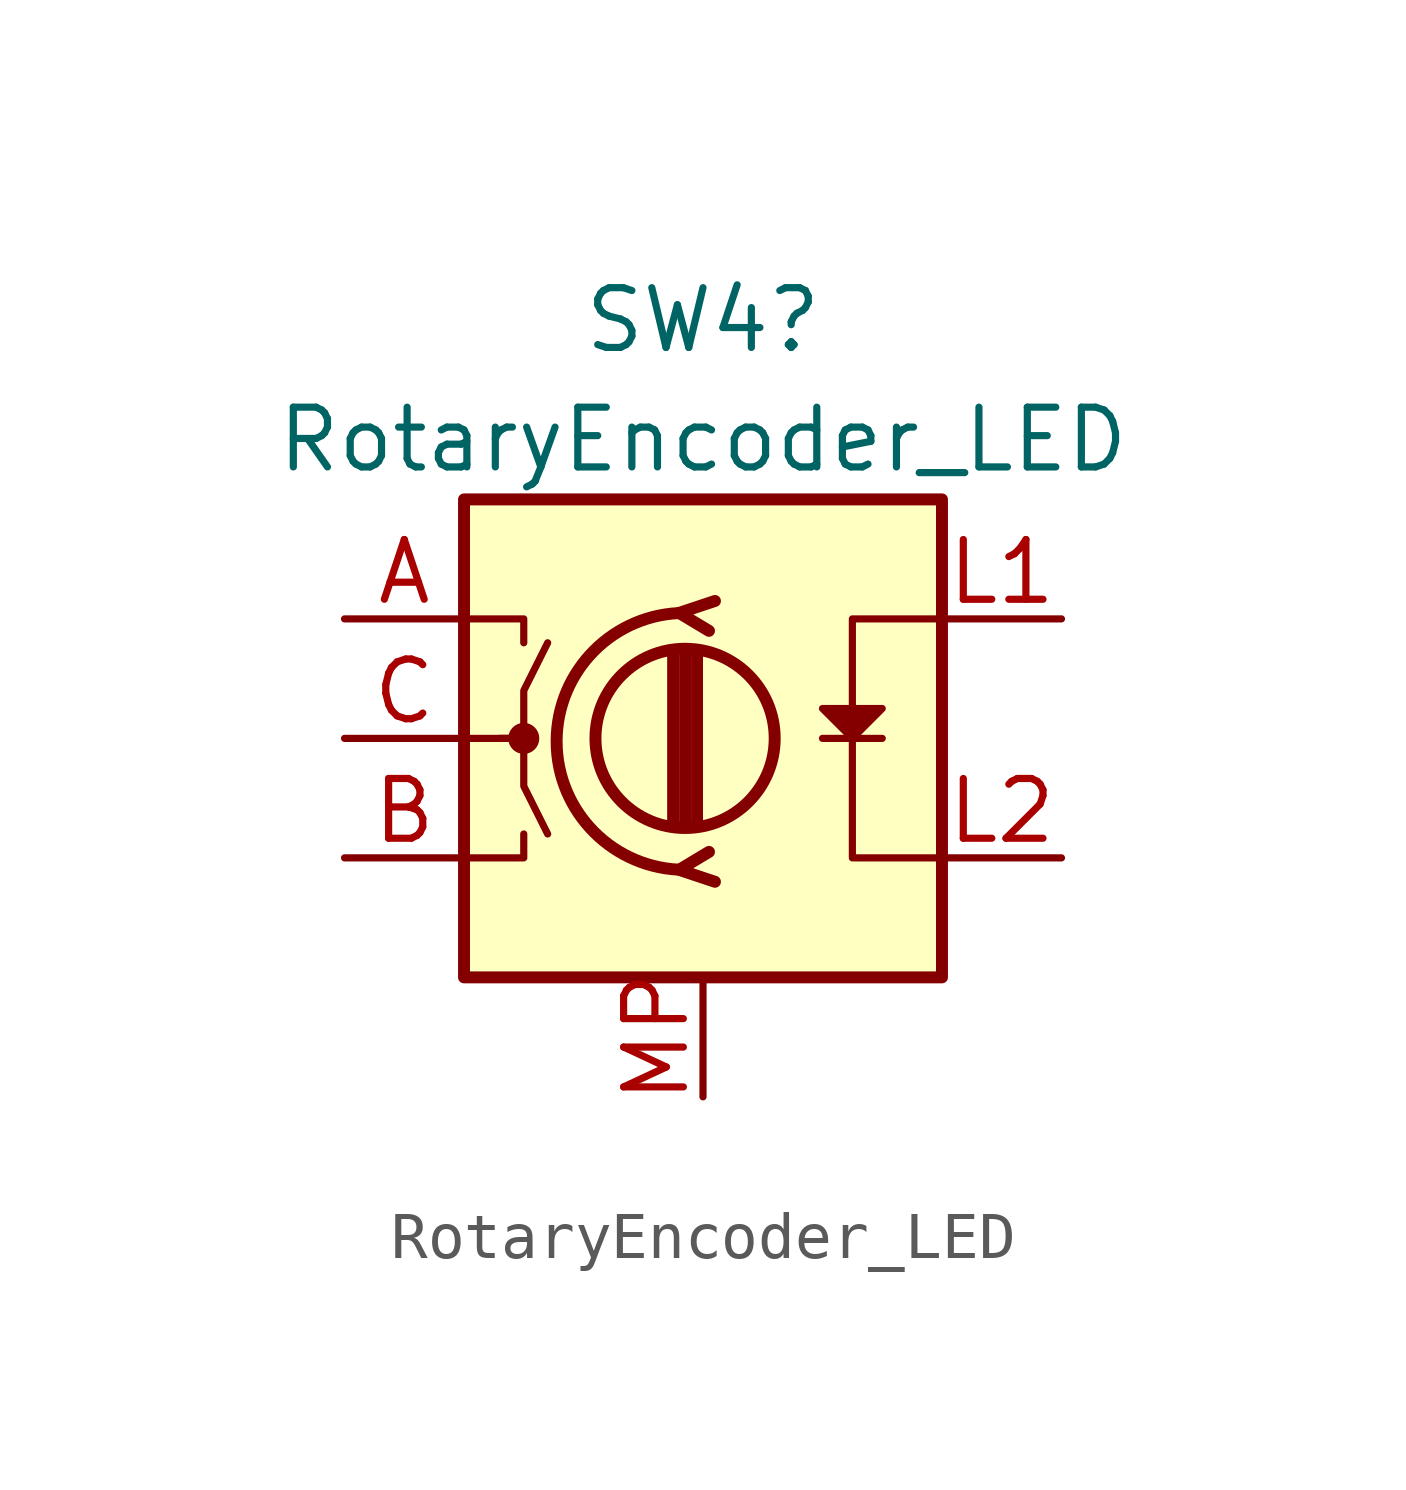
<source format=kicad_sym>
(kicad_symbol_lib
  (version 20220914)
  (generator kicad_symbol_editor)
  (symbol "RotaryEncoder_LED"
    (pin_names
      (offset 0.254) hide)
    (property "Reference" "SW4"
      (at 0 8.89 0)
      (effects (font (size 1.27 1.27))))
    (property "Value" "RotaryEncoder_LED"
      (at 0 6.35 0)
      (effects (font (size 1.27 1.27))))
    (symbol "RotaryEncoder_LED_0_1"
      (rectangle (start -5.08 5.08) (end 5.08 -5.08) (stroke (width 0.254) (type default)) (fill (type background)))
      (circle (center -3.81 0) (radius 0.254) (stroke (width 0) (type default)) (fill (type outline)))
      (circle (center -0.381 0) (radius 1.905) (stroke (width 0.254) (type default)) (fill (type none)))
      (arc (start -0.381 2.667) (mid -3.0988 -0.0635) (end -0.381 -2.794) (stroke (width 0.254) (type default)) (fill (type none)))
      (polyline (pts (xy -0.635 -1.778) (xy -0.635 1.778)) (stroke (width 0.254) (type default)) (fill (type none)))
      (polyline (pts (xy -0.381 -1.778) (xy -0.381 1.778)) (stroke (width 0.254) (type default)) (fill (type none)))
      (polyline (pts (xy -0.127 1.778) (xy -0.127 -1.778)) (stroke (width 0.254) (type default)) (fill (type none)))
      (polyline (pts (xy -5.08 -2.54) (xy -3.81 -2.54) (xy -3.81 -2.032)) (stroke (width 0) (type default)) (fill (type none)))
      (polyline (pts (xy -5.08 2.54) (xy -3.81 2.54) (xy -3.81 2.032)) (stroke (width 0) (type default)) (fill (type none)))
      (polyline (pts (xy 0.254 -3.048) (xy -0.508 -2.794) (xy 0.127 -2.413)) (stroke (width 0.254) (type default)) (fill (type none)))
      (polyline (pts (xy 0.254 2.921) (xy -0.508 2.667) (xy 0.127 2.286)) (stroke (width 0.254) (type default)) (fill (type none)))
      (polyline (pts (xy -5.08 0) (xy -3.81 0) (xy -3.81 -1.016) (xy -3.302 -2.032)) (stroke (width 0) (type default)) (fill (type none)))
      (polyline (pts (xy -4.318 0) (xy -3.81 0) (xy -3.81 1.016) (xy -3.302 2.032)) (stroke (width 0) (type default)) (fill (type none)))
      (rectangle (start 2.54 0) (end 3.81 0) (stroke (width 0) (type default)) (fill (type none))))
    (symbol "RotaryEncoder_LED_1_1"
      (polyline (pts (xy 3.175 0) (xy 3.175 -2.54) (xy 5.08 -2.54)) (stroke (width 0) (type default)) (fill (type none)))
      (polyline (pts (xy 3.175 0.635) (xy 3.175 2.54) (xy 5.08 2.54)) (stroke (width 0) (type default)) (fill (type none)))
      (polyline (pts (xy 2.54 0.635) (xy 3.81 0.635) (xy 3.175 0) (xy 2.54 0.635)) (stroke (width 0) (type default)) (fill (type outline)))
      (pin passive line (at -7.62 2.54 0) (length 2.54) (name "A" (effects (font (size 1.27 1.27)))) (number "A" (effects (font (size 1.27 1.27)))))
      (pin passive line (at -7.62 -2.54 0) (length 2.54) (name "B" (effects (font (size 1.27 1.27)))) (number "B" (effects (font (size 1.27 1.27)))))
      (pin passive line (at -7.62 0 0) (length 2.54) (name "C" (effects (font (size 1.27 1.27)))) (number "C" (effects (font (size 1.27 1.27)))))
      (pin passive line (at 7.62 2.54 180) (length 2.54) (name "L1" (effects (font (size 1.27 1.27)))) (number "L1" (effects (font (size 1.27 1.27)))))
      (pin passive line (at 7.62 -2.54 180) (length 2.54) (name "L2" (effects (font (size 1.27 1.27)))) (number "L2" (effects (font (size 1.27 1.27)))))
      (pin passive line (at 0 -7.62 90) (length 2.54) (name "MP" (effects (font (size 1.27 1.27)))) (number "MP" (effects (font (size 1.27 1.27))))))))
</source>
